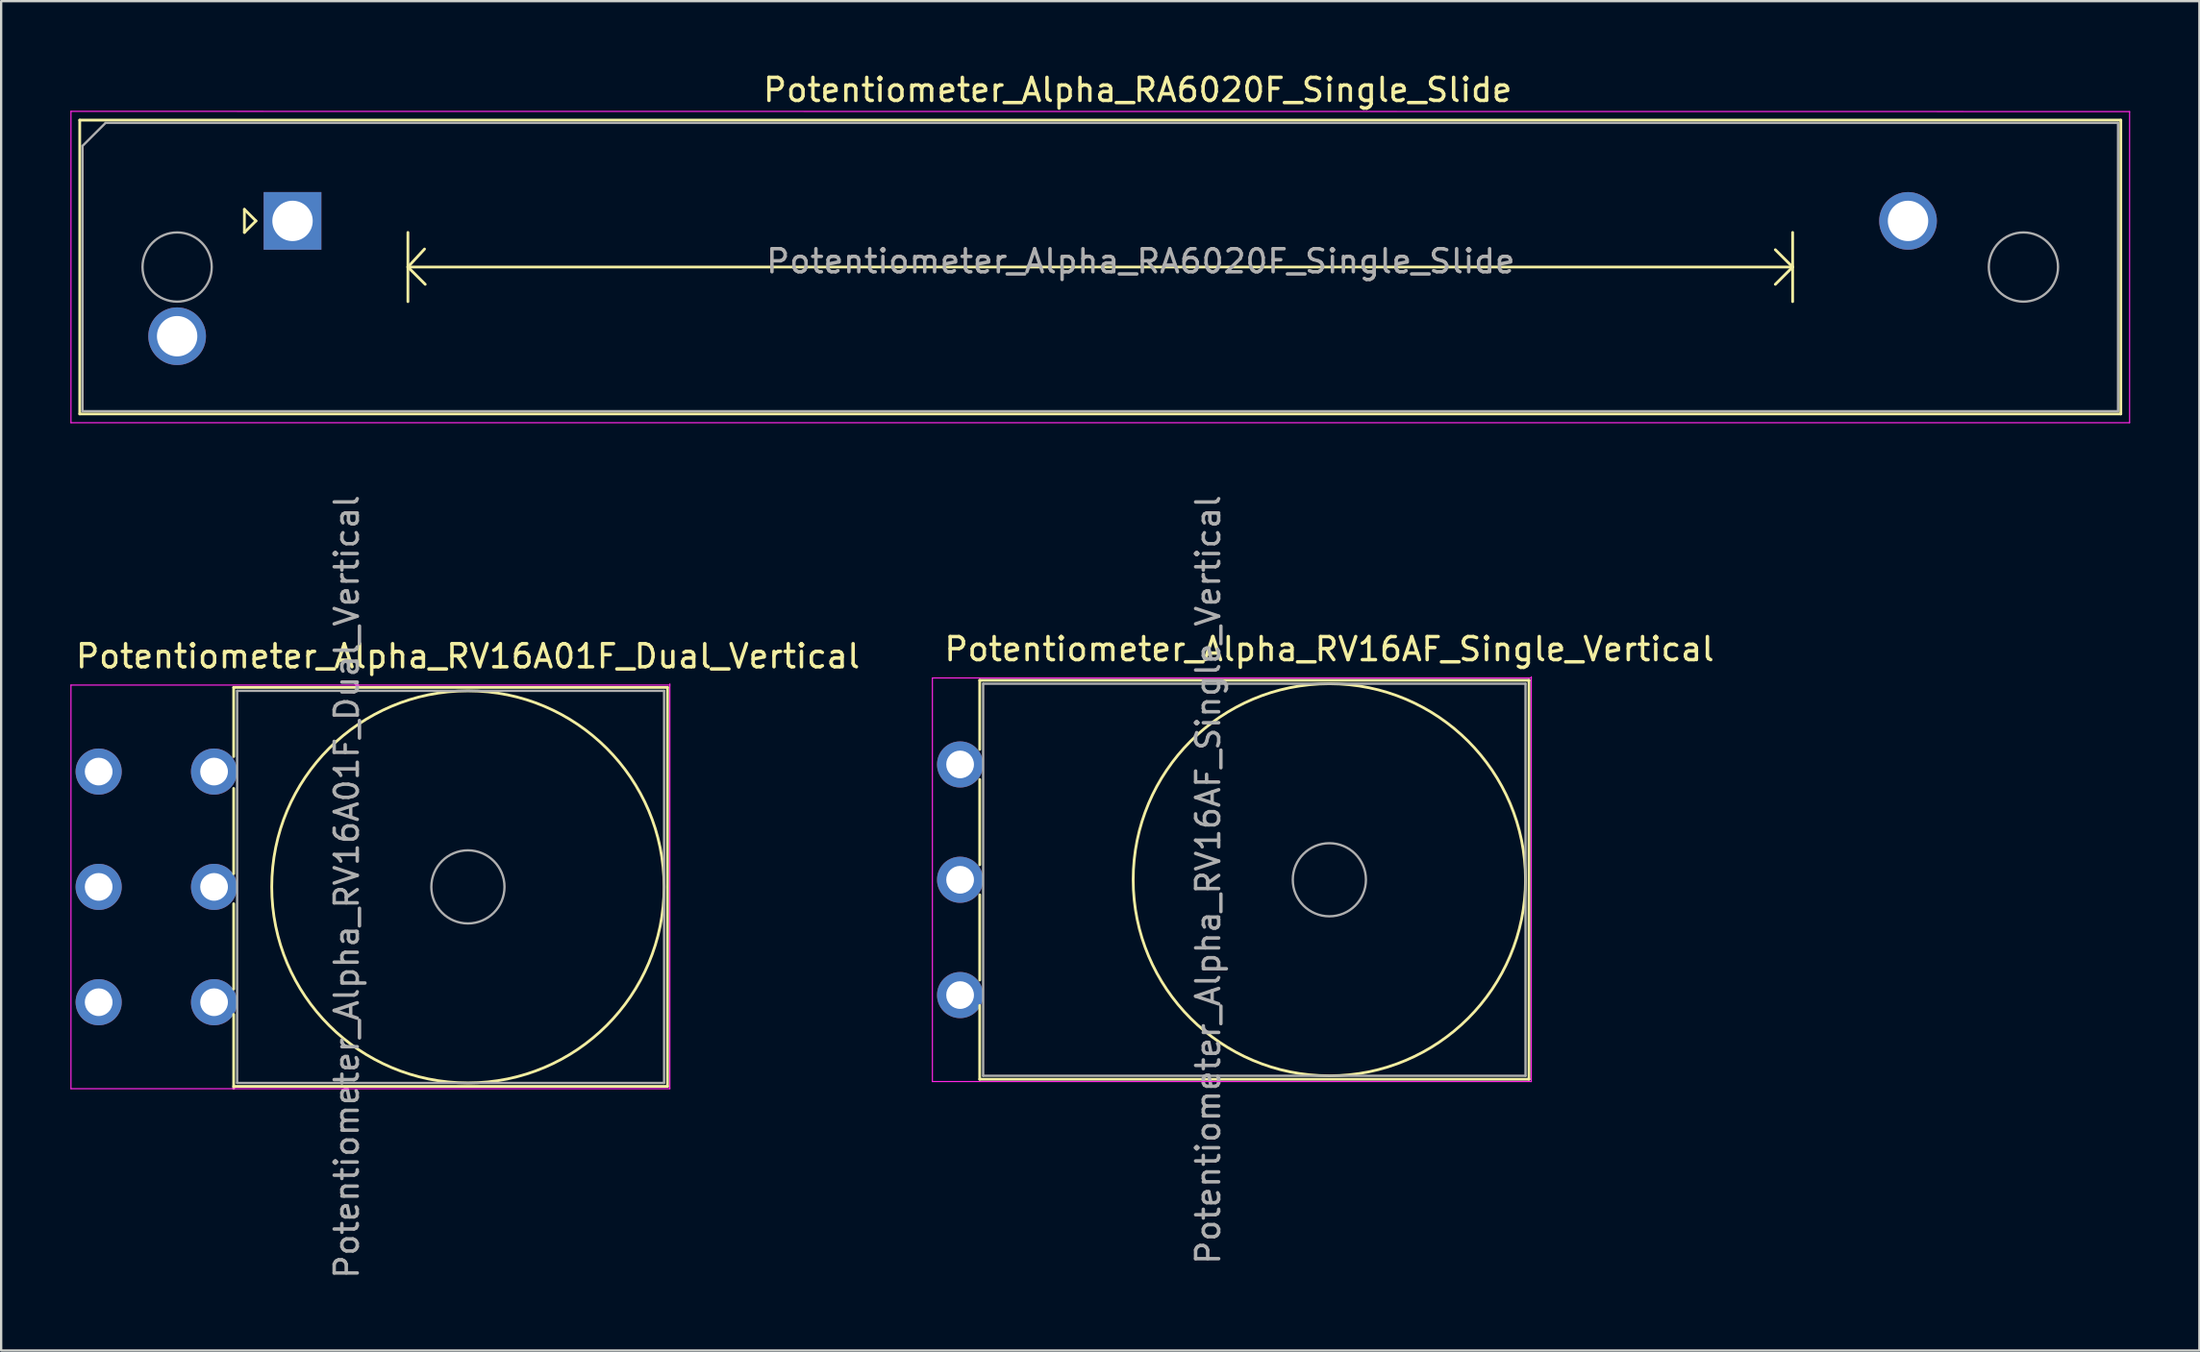
<source format=kicad_pcb>
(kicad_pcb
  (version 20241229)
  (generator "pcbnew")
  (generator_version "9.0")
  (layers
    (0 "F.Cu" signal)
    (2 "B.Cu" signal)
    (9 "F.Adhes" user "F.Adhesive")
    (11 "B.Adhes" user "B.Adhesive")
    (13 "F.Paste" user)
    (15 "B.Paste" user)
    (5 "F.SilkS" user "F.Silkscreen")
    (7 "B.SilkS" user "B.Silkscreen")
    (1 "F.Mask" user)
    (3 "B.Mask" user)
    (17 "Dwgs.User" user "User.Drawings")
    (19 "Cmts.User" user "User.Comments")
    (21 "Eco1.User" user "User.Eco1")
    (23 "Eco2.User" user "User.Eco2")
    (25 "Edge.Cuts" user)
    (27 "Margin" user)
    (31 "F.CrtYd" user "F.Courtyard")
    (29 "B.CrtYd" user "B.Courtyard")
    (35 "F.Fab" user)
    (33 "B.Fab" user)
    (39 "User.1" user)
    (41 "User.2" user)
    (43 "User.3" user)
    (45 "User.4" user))
  (footprint "Potentiometer_Alpha_RV16A01F_Dual_Vertical"
    (layer "F.Cu")
    (at 17.225 35.404)
    (property "Reference" "Potentiometer_Alpha_RV16A01F_Dual_Vertical" (at 0 -10 0) (layer "F.SilkS") (effects (font (size 1 1) (thickness 0.15))))
    (attr through_hole)
    (fp_line (start -10.15 -8.65) (end -10.15 -5.65) (stroke (width 0.12) (type solid)) (layer "F.SilkS"))
    (fp_line (start -10.15 -8.65) (end 8.65 -8.65) (stroke (width 0.12) (type solid)) (layer "F.SilkS"))
    (fp_line (start -10.15 -4.27) (end -10.15 -0.57) (stroke (width 0.12) (type solid)) (layer "F.SilkS"))
    (fp_line (start -10.15 0.73) (end -10.15 4.43) (stroke (width 0.12) (type solid)) (layer "F.SilkS"))
    (fp_line (start -10.15 5.53) (end -10.15 8.73) (stroke (width 0.12) (type solid)) (layer "F.SilkS"))
    (fp_line (start -10.15 8.65) (end 8.65 8.65) (stroke (width 0.12) (type solid)) (layer "F.SilkS"))
    (fp_line (start 8.65 -8.65) (end 8.65 8.65) (stroke (width 0.12) (type solid)) (layer "F.SilkS"))
    (fp_circle (center 0 0) (end 8.5 0) (stroke (width 0.12) (type solid)) (fill no) (layer "F.SilkS"))
    (fp_line (start -17.2 -8.75) (end -17.2 8.75) (stroke (width 0.05) (type solid)) (layer "F.CrtYd"))
    (fp_line (start -17.2 8.75) (end 8.75 8.75) (stroke (width 0.05) (type solid)) (layer "F.CrtYd"))
    (fp_line (start 8.75 -8.75) (end -17.2 -8.75) (stroke (width 0.05) (type solid)) (layer "F.CrtYd"))
    (fp_line (start 8.75 8.75) (end 8.75 -8.8) (stroke (width 0.05) (type solid)) (layer "F.CrtYd"))
    (fp_line (start -10 8.5) (end -10 -8.5) (stroke (width 0.1) (type solid)) (layer "F.Fab"))
    (fp_line (start -10 8.5) (end 8.5 8.5) (stroke (width 0.1) (type solid)) (layer "F.Fab"))
    (fp_line (start 8.5 -8.5) (end -10 -8.5) (stroke (width 0.1) (type solid)) (layer "F.Fab"))
    (fp_line (start 8.5 8.5) (end 8.5 -8.5) (stroke (width 0.1) (type solid)) (layer "F.Fab"))
    (fp_circle (center 0 0) (end 1.585 0) (stroke (width 0.1) (type solid)) (fill no) (layer "F.Fab"))
    (fp_text user "${REFERENCE}" (at -5.25 0 90) (layer "F.Fab") (effects (font (size 1 1) (thickness 0.15))))
    (pad "1" thru_hole circle (at -16 5) (size 2 2) (drill 1.2) (layers "*.Cu" "*.Mask"))
    (pad "2" thru_hole circle (at -16 0) (size 2 2) (drill 1.2) (layers "*.Cu" "*.Mask"))
    (pad "3" thru_hole circle (at -16 -5) (size 2 2) (drill 1.2) (layers "*.Cu" "*.Mask"))
    (pad "4" thru_hole circle (at -11 5) (size 2 2) (drill 1.2) (layers "*.Cu" "*.Mask"))
    (pad "5" thru_hole circle (at -11 0) (size 2 2) (drill 1.2) (layers "*.Cu" "*.Mask"))
    (pad "6" thru_hole circle (at -11 -5) (size 2 2) (drill 1.2) (layers "*.Cu" "*.Mask")))
  (footprint "Potentiometer_Alpha_RA6020F_Single_Slide"
    (layer "F.Cu")
    (at 9.625 6.528)
    (property "Reference" "Potentiometer_Alpha_RA6020F_Single_Slide" (at 36.62 -5.68 0) (layer "F.SilkS") (effects (font (size 1 1) (thickness 0.15))))
    (attr through_hole)
    (fp_line (start -9.22 -4.37) (end -9.22 8.37) (stroke (width 0.12) (type solid)) (layer "F.SilkS"))
    (fp_line (start -9.22 -4.37) (end 79.22 -4.37) (stroke (width 0.12) (type solid)) (layer "F.SilkS"))
    (fp_line (start -9.22 8.37) (end 79.22 8.37) (stroke (width 0.12) (type solid)) (layer "F.SilkS"))
    (fp_line (start -2.085 -0.5) (end -2.085 0.5) (stroke (width 0.12) (type solid)) (layer "F.SilkS"))
    (fp_line (start -2.085 0.5) (end -1.585 0) (stroke (width 0.12) (type solid)) (layer "F.SilkS"))
    (fp_line (start -1.585 0) (end -2.085 -0.5) (stroke (width 0.12) (type solid)) (layer "F.SilkS"))
    (fp_line (start 5 0.5) (end 5 3.5) (stroke (width 0.12) (type solid)) (layer "F.SilkS"))
    (fp_line (start 5 2) (end 5.75 2.75) (stroke (width 0.12) (type solid)) (layer "F.SilkS"))
    (fp_line (start 5 2) (end 65 2) (stroke (width 0.12) (type solid)) (layer "F.SilkS"))
    (fp_line (start 5.72 1.22) (end 5 2) (stroke (width 0.12) (type solid)) (layer "F.SilkS"))
    (fp_line (start 64.25 1.25) (end 65 2) (stroke (width 0.12) (type solid)) (layer "F.SilkS"))
    (fp_line (start 65 0.5) (end 65 3.5) (stroke (width 0.12) (type solid)) (layer "F.SilkS"))
    (fp_line (start 65 2) (end 64.25 2.75) (stroke (width 0.12) (type solid)) (layer "F.SilkS"))
    (fp_line (start 79.22 -4.37) (end 79.22 8.37) (stroke (width 0.12) (type solid)) (layer "F.SilkS"))
    (fp_line (start -9.6 -4.75) (end -9.6 8.75) (stroke (width 0.05) (type solid)) (layer "F.CrtYd"))
    (fp_line (start -9.6 8.75) (end 79.6 8.75) (stroke (width 0.05) (type solid)) (layer "F.CrtYd"))
    (fp_line (start 79.6 -4.74) (end -9.6 -4.75) (stroke (width 0.05) (type solid)) (layer "F.CrtYd"))
    (fp_line (start 79.6 8.75) (end 79.6 -4.74) (stroke (width 0.05) (type solid)) (layer "F.CrtYd"))
    (fp_line (start -9.1 -3.25) (end -8.1 -4.25) (stroke (width 0.1) (type solid)) (layer "F.Fab"))
    (fp_line (start -9.1 8.25) (end -9.1 -3.25) (stroke (width 0.1) (type solid)) (layer "F.Fab"))
    (fp_line (start -8.1 -4.25) (end 79.1 -4.25) (stroke (width 0.1) (type solid)) (layer "F.Fab"))
    (fp_line (start 79.1 -4.25) (end 79.1 8.25) (stroke (width 0.1) (type solid)) (layer "F.Fab"))
    (fp_line (start 79.1 8.25) (end -9.1 8.25) (stroke (width 0.1) (type solid)) (layer "F.Fab"))
    (fp_circle (center -5 2) (end -3.5 2) (stroke (width 0.1) (type solid)) (fill no) (layer "F.Fab"))
    (fp_circle (center 75 2) (end 76.5 2) (stroke (width 0.1) (type solid)) (fill no) (layer "F.Fab"))
    (fp_text user "${REFERENCE}" (at 36.75 1.75 0) (layer "F.Fab") (effects (font (size 1 1) (thickness 0.15))))
    (pad "1" thru_hole rect (at 0 0) (size 2.5 2.5) (drill 1.75) (layers "*.Cu" "*.Mask"))
    (pad "2" thru_hole circle (at -5 5) (size 2.5 2.5) (drill 1.75) (layers "*.Cu" "*.Mask"))
    (pad "3" thru_hole circle (at 70 0) (size 2.5 2.5) (drill 1.75) (layers "*.Cu" "*.Mask")))
  (footprint "Potentiometer_Alpha_RV16AF_Single_Vertical"
    (layer "F.Cu")
    (at 54.551 35.095)
    (property "Reference" "Potentiometer_Alpha_RV16AF_Single_Vertical" (at 0 -10 0) (layer "F.SilkS") (effects (font (size 1 1) (thickness 0.15))))
    (attr through_hole)
    (fp_line (start -15.15 -8.65) (end -15.15 -5.65) (stroke (width 0.12) (type solid)) (layer "F.SilkS"))
    (fp_line (start -15.15 -8.65) (end 8.65 -8.65) (stroke (width 0.12) (type solid)) (layer "F.SilkS"))
    (fp_line (start -15.15 -4.35) (end -15.15 -0.65) (stroke (width 0.12) (type solid)) (layer "F.SilkS"))
    (fp_line (start -15.15 0.65) (end -15.15 4.35) (stroke (width 0.12) (type solid)) (layer "F.SilkS"))
    (fp_line (start -15.15 5.45) (end -15.15 8.65) (stroke (width 0.12) (type solid)) (layer "F.SilkS"))
    (fp_line (start -15.15 8.65) (end 8.65 8.65) (stroke (width 0.12) (type solid)) (layer "F.SilkS"))
    (fp_line (start 8.65 -8.65) (end 8.65 8.65) (stroke (width 0.12) (type solid)) (layer "F.SilkS"))
    (fp_circle (center 0 0) (end 8.5 0) (stroke (width 0.12) (type solid)) (fill no) (layer "F.SilkS"))
    (fp_line (start -17.2 -8.75) (end -17.2 8.75) (stroke (width 0.05) (type solid)) (layer "F.CrtYd"))
    (fp_line (start -17.2 8.75) (end 8.75 8.75) (stroke (width 0.05) (type solid)) (layer "F.CrtYd"))
    (fp_line (start 8.75 -8.75) (end -17.2 -8.75) (stroke (width 0.05) (type solid)) (layer "F.CrtYd"))
    (fp_line (start 8.75 8.75) (end 8.75 -8.8) (stroke (width 0.05) (type solid)) (layer "F.CrtYd"))
    (fp_line (start -15 8.5) (end -15 -8.5) (stroke (width 0.1) (type solid)) (layer "F.Fab"))
    (fp_line (start -15 8.5) (end 8.5 8.5) (stroke (width 0.1) (type solid)) (layer "F.Fab"))
    (fp_line (start 8.5 -8.5) (end -15 -8.5) (stroke (width 0.1) (type solid)) (layer "F.Fab"))
    (fp_line (start 8.5 8.5) (end 8.5 -8.5) (stroke (width 0.1) (type solid)) (layer "F.Fab"))
    (fp_circle (center 0 0) (end 1.585 0) (stroke (width 0.1) (type solid)) (fill no) (layer "F.Fab"))
    (fp_text user "${REFERENCE}" (at -5.25 0 90) (layer "F.Fab") (effects (font (size 1 1) (thickness 0.15))))
    (pad "1" thru_hole circle (at -16 5) (size 2 2) (drill 1.2) (layers "*.Cu" "*.Mask"))
    (pad "2" thru_hole circle (at -16 0) (size 2 2) (drill 1.2) (layers "*.Cu" "*.Mask"))
    (pad "3" thru_hole circle (at -16 -5) (size 2 2) (drill 1.2) (layers "*.Cu" "*.Mask")))
  (gr_rect
    (start -3 -3)
    (end 92.25 55.506)
    (stroke (width 0.1) (type default))
    (fill no)
    (layer "Edge.Cuts")))
</source>
